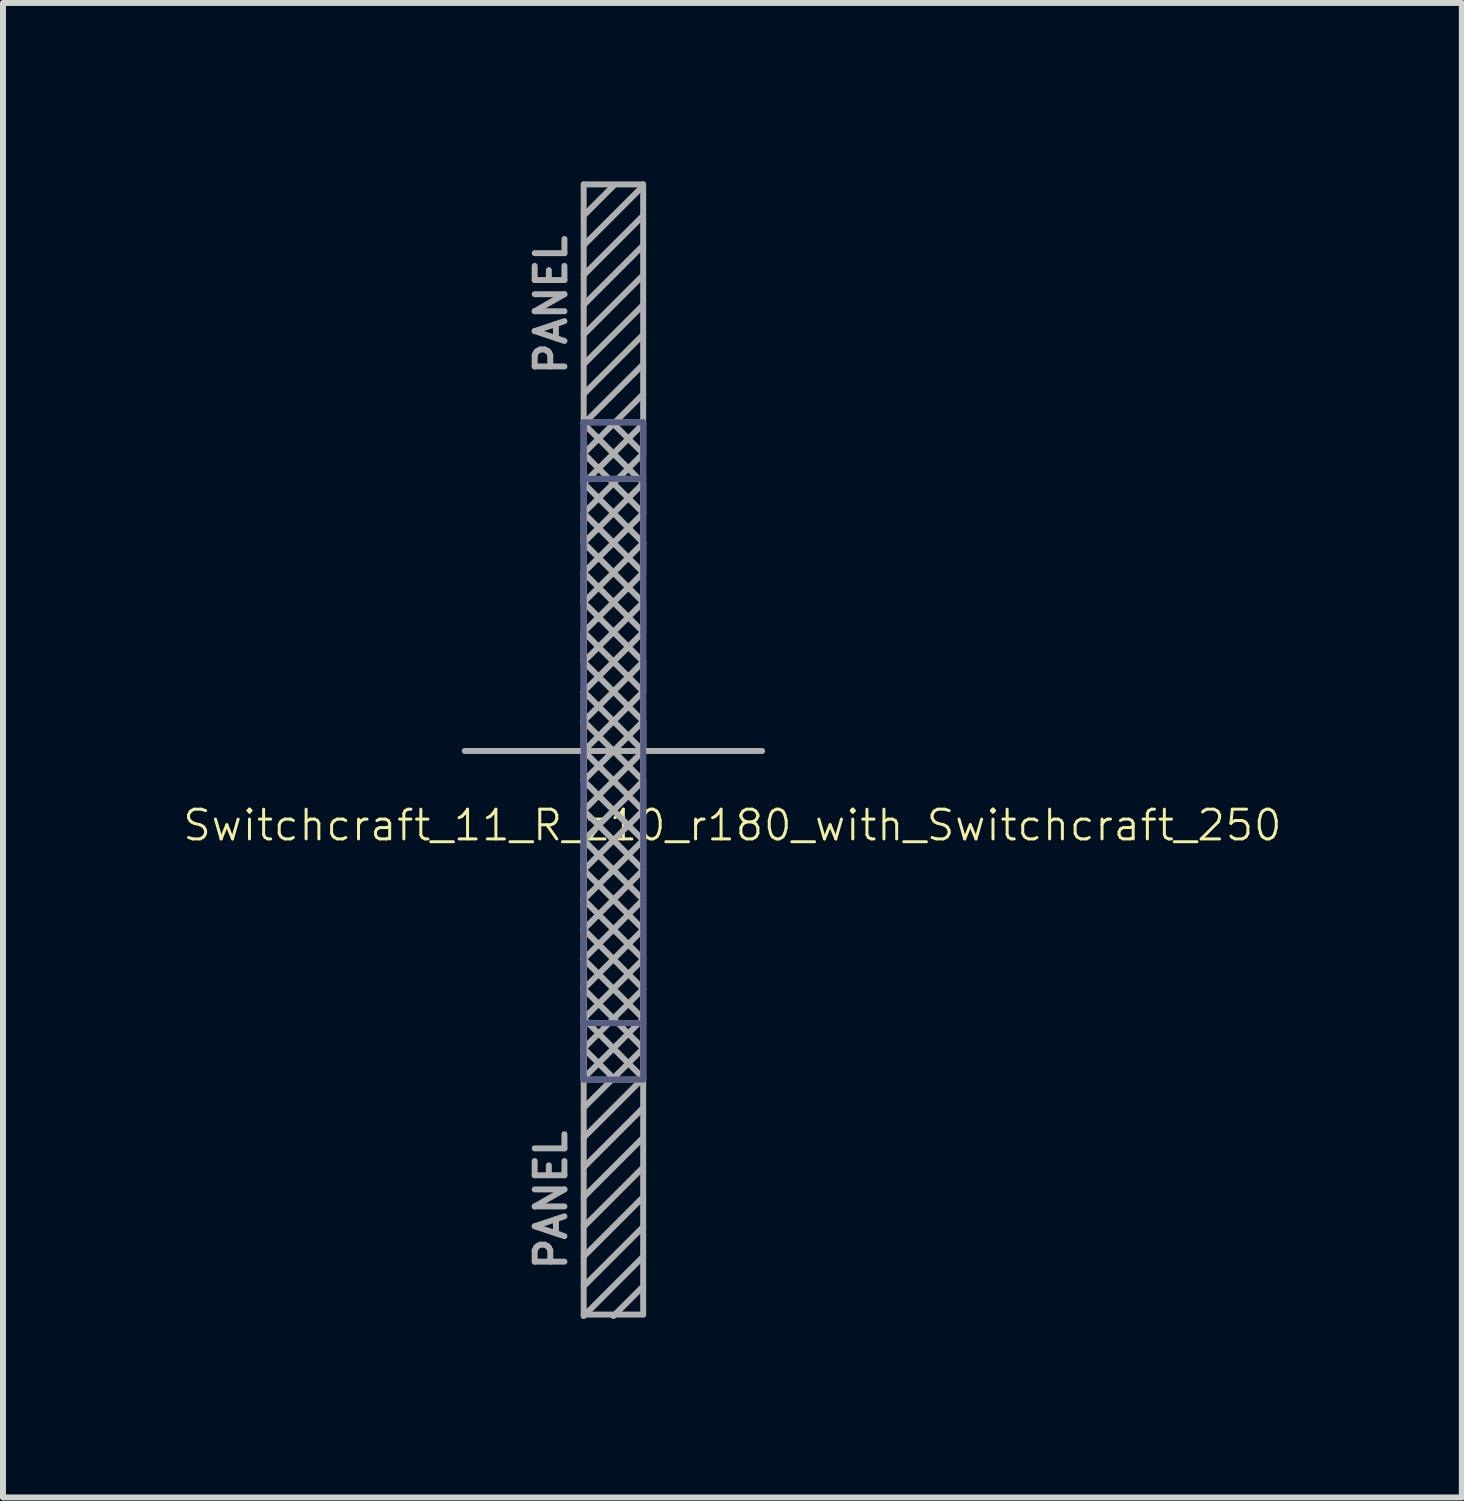
<source format=kicad_pcb>
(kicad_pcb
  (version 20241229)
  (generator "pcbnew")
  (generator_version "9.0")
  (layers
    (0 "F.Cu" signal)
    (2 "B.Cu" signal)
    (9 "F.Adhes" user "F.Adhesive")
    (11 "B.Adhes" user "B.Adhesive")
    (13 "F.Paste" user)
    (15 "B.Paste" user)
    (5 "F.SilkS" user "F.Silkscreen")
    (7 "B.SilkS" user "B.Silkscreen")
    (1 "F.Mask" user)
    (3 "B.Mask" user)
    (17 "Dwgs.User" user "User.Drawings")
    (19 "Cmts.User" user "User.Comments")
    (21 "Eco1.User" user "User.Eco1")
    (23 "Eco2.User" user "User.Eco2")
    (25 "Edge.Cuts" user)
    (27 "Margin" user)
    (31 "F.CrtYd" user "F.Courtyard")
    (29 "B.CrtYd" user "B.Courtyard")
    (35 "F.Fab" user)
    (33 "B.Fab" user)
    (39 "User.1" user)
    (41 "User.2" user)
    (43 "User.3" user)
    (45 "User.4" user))
  (footprint "Switchcraft_11_R_z10_r180_with_Switchcraft_250"
    (layer "F.Cu")
    (at 6.763 9.575)
    (property "Reference" "Switchcraft_11_R_z10_r180_with_Switchcraft_250" (at 2.5 1.25 180) (layer "F.SilkS") (effects (font (size 0.5 0.5) (thickness 0.05))))
    (attr through_hole)
    (fp_line (start 0 -5.525) (end 0 -5.5) (stroke (width 0.1) (type solid)) (layer "B.Fab"))
    (fp_line (start 0 -5.5) (end 0 -4.5) (stroke (width 0.1) (type solid)) (layer "B.Fab"))
    (fp_line (start 0 -4.575) (end 1 -4.575) (stroke (width 0.1) (type solid)) (layer "B.Fab"))
    (fp_line (start 0 4.5) (end 0 -5.5) (stroke (width 0.1) (type solid)) (layer "B.Fab"))
    (fp_line (start 0 4.575) (end 1 4.575) (stroke (width 0.1) (type solid)) (layer "B.Fab"))
    (fp_line (start 0 5.5) (end 0 4.5) (stroke (width 0.1) (type solid)) (layer "B.Fab"))
    (fp_line (start 0 5.525) (end 0 5.45) (stroke (width 0.1) (type solid)) (layer "B.Fab"))
    (fp_line (start 1 -5.525) (end 0 -5.525) (stroke (width 0.1) (type solid)) (layer "B.Fab"))
    (fp_line (start 1 -5.5) (end 1 -5.525) (stroke (width 0.1) (type solid)) (layer "B.Fab"))
    (fp_line (start 1 -5.5) (end 1 5.5) (stroke (width 0.1) (type solid)) (layer "B.Fab"))
    (fp_line (start 1 5.525) (end 0 5.525) (stroke (width 0.1) (type solid)) (layer "B.Fab"))
    (fp_line (start -2 0) (end 3 0) (stroke (width 0.1) (type solid)) (layer "F.Fab"))
    (fp_line (start 0 -9.525) (end 1 -9.525) (stroke (width 0.1) (type solid)) (layer "F.Fab"))
    (fp_line (start 0 -9) (end 0.5 -9.5) (stroke (width 0.1) (type solid)) (layer "F.Fab"))
    (fp_line (start 0 -6.5) (end 1 -7.5) (stroke (width 0.1) (type solid)) (layer "F.Fab"))
    (fp_line (start 0 -5.525) (end 1 -5.525) (stroke (width 0.1) (type solid)) (layer "F.Fab"))
    (fp_line (start 0 -5.5) (end 1 -6.5) (stroke (width 0.1) (type solid)) (layer "F.Fab"))
    (fp_line (start 0 -5.5) (end 1 -4.5) (stroke (width 0.1) (type solid)) (layer "F.Fab"))
    (fp_line (start 0 -5) (end 0.5 -5.5) (stroke (width 0.1) (type solid)) (layer "F.Fab"))
    (fp_line (start 0 -5) (end 1 -4) (stroke (width 0.1) (type solid)) (layer "F.Fab"))
    (fp_line (start 0 -4.575) (end 1 -4.575) (stroke (width 0.1) (type solid)) (layer "F.Fab"))
    (fp_line (start 0 -4.5) (end 0 -5) (stroke (width 0.1) (type solid)) (layer "F.Fab"))
    (fp_line (start 0 -4.5) (end 1 -3.5) (stroke (width 0.1) (type solid)) (layer "F.Fab"))
    (fp_line (start 0 -4) (end 1 -5) (stroke (width 0.1) (type solid)) (layer "F.Fab"))
    (fp_line (start 0 -4) (end 1 -3) (stroke (width 0.1) (type solid)) (layer "F.Fab"))
    (fp_line (start 0 -3.5) (end 0 -4) (stroke (width 0.1) (type solid)) (layer "F.Fab"))
    (fp_line (start 0 -3.5) (end 1 -2.5) (stroke (width 0.1) (type solid)) (layer "F.Fab"))
    (fp_line (start 0 -3) (end 1 -4) (stroke (width 0.1) (type solid)) (layer "F.Fab"))
    (fp_line (start 0 -3) (end 1 -2) (stroke (width 0.1) (type solid)) (layer "F.Fab"))
    (fp_line (start 0 -2.5) (end 0 -3) (stroke (width 0.1) (type solid)) (layer "F.Fab"))
    (fp_line (start 0 -2) (end 1 -3) (stroke (width 0.1) (type solid)) (layer "F.Fab"))
    (fp_line (start 0 -2) (end 1 -1) (stroke (width 0.1) (type solid)) (layer "F.Fab"))
    (fp_line (start 0 -1.5) (end 0 -2) (stroke (width 0.1) (type solid)) (layer "F.Fab"))
    (fp_line (start 0 -1.5) (end 1 -0.5) (stroke (width 0.1) (type solid)) (layer "F.Fab"))
    (fp_line (start 0 -1) (end 1 -2) (stroke (width 0.1) (type solid)) (layer "F.Fab"))
    (fp_line (start 0 -0.5) (end 0 -1) (stroke (width 0.1) (type solid)) (layer "F.Fab"))
    (fp_line (start 0 -0.5) (end 0 0) (stroke (width 0.1) (type solid)) (layer "F.Fab"))
    (fp_line (start 0 0) (end 1 -1) (stroke (width 0.1) (type solid)) (layer "F.Fab"))
    (fp_line (start 0 0) (end 1 1) (stroke (width 0.1) (type solid)) (layer "F.Fab"))
    (fp_line (start 0 0.5) (end 0 0) (stroke (width 0.1) (type solid)) (layer "F.Fab"))
    (fp_line (start 0 1) (end 1 0) (stroke (width 0.1) (type solid)) (layer "F.Fab"))
    (fp_line (start 0 1) (end 1 2) (stroke (width 0.1) (type solid)) (layer "F.Fab"))
    (fp_line (start 0 1.5) (end 0 1) (stroke (width 0.1) (type solid)) (layer "F.Fab"))
    (fp_line (start 0 1.5) (end 0 2) (stroke (width 0.1) (type solid)) (layer "F.Fab"))
    (fp_line (start 0 2) (end 1 1) (stroke (width 0.1) (type solid)) (layer "F.Fab"))
    (fp_line (start 0 2) (end 1 3) (stroke (width 0.1) (type solid)) (layer "F.Fab"))
    (fp_line (start 0 2.5) (end 0 2) (stroke (width 0.1) (type solid)) (layer "F.Fab"))
    (fp_line (start 0 2.5) (end 0 3) (stroke (width 0.1) (type solid)) (layer "F.Fab"))
    (fp_line (start 0 3) (end 1 2) (stroke (width 0.1) (type solid)) (layer "F.Fab"))
    (fp_line (start 0 3) (end 1 4) (stroke (width 0.1) (type solid)) (layer "F.Fab"))
    (fp_line (start 0 3.5) (end 0 3) (stroke (width 0.1) (type solid)) (layer "F.Fab"))
    (fp_line (start 0 3.5) (end 0 4) (stroke (width 0.1) (type solid)) (layer "F.Fab"))
    (fp_line (start 0 4) (end 1 3) (stroke (width 0.1) (type solid)) (layer "F.Fab"))
    (fp_line (start 0 4) (end 1 5) (stroke (width 0.1) (type solid)) (layer "F.Fab"))
    (fp_line (start 0 4.5) (end 0 4) (stroke (width 0.1) (type solid)) (layer "F.Fab"))
    (fp_line (start 0 4.5) (end 0 5) (stroke (width 0.1) (type solid)) (layer "F.Fab"))
    (fp_line (start 0 4.575) (end 1 4.575) (stroke (width 0.1) (type solid)) (layer "F.Fab"))
    (fp_line (start 0 5) (end 0.5 5.5) (stroke (width 0.1) (type solid)) (layer "F.Fab"))
    (fp_line (start 0 5) (end 1 4) (stroke (width 0.1) (type solid)) (layer "F.Fab"))
    (fp_line (start 0 5.5) (end 0 5) (stroke (width 0.1) (type solid)) (layer "F.Fab"))
    (fp_line (start 0 5.525) (end 1 5.525) (stroke (width 0.1) (type solid)) (layer "F.Fab"))
    (fp_line (start 0 7) (end 1 6) (stroke (width 0.1) (type solid)) (layer "F.Fab"))
    (fp_line (start 0 8) (end 1 7) (stroke (width 0.1) (type solid)) (layer "F.Fab"))
    (fp_line (start 0 9) (end 1 8) (stroke (width 0.1) (type solid)) (layer "F.Fab"))
    (fp_line (start 0 9.475) (end 0 -9.525) (stroke (width 0.1) (type solid)) (layer "F.Fab"))
    (fp_line (start 0.5 -5.5) (end 1 -5) (stroke (width 0.1) (type solid)) (layer "F.Fab"))
    (fp_line (start 0.5 5.5) (end 0 6) (stroke (width 0.1) (type solid)) (layer "F.Fab"))
    (fp_line (start 0.5 5.5) (end 1 5) (stroke (width 0.1) (type solid)) (layer "F.Fab"))
    (fp_line (start 0.5 9.5) (end 1 9) (stroke (width 0.1) (type solid)) (layer "F.Fab"))
    (fp_line (start 1 -9.525) (end 1 9.475) (stroke (width 0.1) (type solid)) (layer "F.Fab"))
    (fp_line (start 1 -9.5) (end 0 -8.5) (stroke (width 0.1) (type solid)) (layer "F.Fab"))
    (fp_line (start 1 -9) (end 0 -8) (stroke (width 0.1) (type solid)) (layer "F.Fab"))
    (fp_line (start 1 -8.5) (end 0 -7.5) (stroke (width 0.1) (type solid)) (layer "F.Fab"))
    (fp_line (start 1 -8) (end 0 -7) (stroke (width 0.1) (type solid)) (layer "F.Fab"))
    (fp_line (start 1 -7) (end 0 -6) (stroke (width 0.1) (type solid)) (layer "F.Fab"))
    (fp_line (start 1 -6) (end 0.5 -5.5) (stroke (width 0.1) (type solid)) (layer "F.Fab"))
    (fp_line (start 1 -5.5) (end 0 -4.5) (stroke (width 0.1) (type solid)) (layer "F.Fab"))
    (fp_line (start 1 -5) (end 1 -5.5) (stroke (width 0.1) (type solid)) (layer "F.Fab"))
    (fp_line (start 1 -4.5) (end 0 -3.5) (stroke (width 0.1) (type solid)) (layer "F.Fab"))
    (fp_line (start 1 -4) (end 1 -4.5) (stroke (width 0.1) (type solid)) (layer "F.Fab"))
    (fp_line (start 1 -3.5) (end 0 -2.5) (stroke (width 0.1) (type solid)) (layer "F.Fab"))
    (fp_line (start 1 -3) (end 1 -3.5) (stroke (width 0.1) (type solid)) (layer "F.Fab"))
    (fp_line (start 1 -2.5) (end 0 -1.5) (stroke (width 0.1) (type solid)) (layer "F.Fab"))
    (fp_line (start 1 -2) (end 1 -2.5) (stroke (width 0.1) (type solid)) (layer "F.Fab"))
    (fp_line (start 1 -1.5) (end 0 -2.5) (stroke (width 0.1) (type solid)) (layer "F.Fab"))
    (fp_line (start 1 -1.5) (end 0 -0.5) (stroke (width 0.1) (type solid)) (layer "F.Fab"))
    (fp_line (start 1 -1) (end 1 -1.5) (stroke (width 0.1) (type solid)) (layer "F.Fab"))
    (fp_line (start 1 -0.5) (end 0 0.5) (stroke (width 0.1) (type solid)) (layer "F.Fab"))
    (fp_line (start 1 -0.5) (end 1 0) (stroke (width 0.1) (type solid)) (layer "F.Fab"))
    (fp_line (start 1 0) (end 0 -1) (stroke (width 0.1) (type solid)) (layer "F.Fab"))
    (fp_line (start 1 0) (end 1 -0.5) (stroke (width 0.1) (type solid)) (layer "F.Fab"))
    (fp_line (start 1 0.5) (end 0 -0.5) (stroke (width 0.1) (type solid)) (layer "F.Fab"))
    (fp_line (start 1 0.5) (end 0 1.5) (stroke (width 0.1) (type solid)) (layer "F.Fab"))
    (fp_line (start 1 1) (end 1 0.5) (stroke (width 0.1) (type solid)) (layer "F.Fab"))
    (fp_line (start 1 1) (end 1 1.5) (stroke (width 0.1) (type solid)) (layer "F.Fab"))
    (fp_line (start 1 1.5) (end 0 0.5) (stroke (width 0.1) (type solid)) (layer "F.Fab"))
    (fp_line (start 1 1.5) (end 0 2.5) (stroke (width 0.1) (type solid)) (layer "F.Fab"))
    (fp_line (start 1 2) (end 1 1.5) (stroke (width 0.1) (type solid)) (layer "F.Fab"))
    (fp_line (start 1 2) (end 1 2.5) (stroke (width 0.1) (type solid)) (layer "F.Fab"))
    (fp_line (start 1 2.5) (end 0 1.5) (stroke (width 0.1) (type solid)) (layer "F.Fab"))
    (fp_line (start 1 2.5) (end 0 3.5) (stroke (width 0.1) (type solid)) (layer "F.Fab"))
    (fp_line (start 1 3) (end 1 2.5) (stroke (width 0.1) (type solid)) (layer "F.Fab"))
    (fp_line (start 1 3) (end 1 3.5) (stroke (width 0.1) (type solid)) (layer "F.Fab"))
    (fp_line (start 1 3.5) (end 0 2.5) (stroke (width 0.1) (type solid)) (layer "F.Fab"))
    (fp_line (start 1 3.5) (end 0 4.5) (stroke (width 0.1) (type solid)) (layer "F.Fab"))
    (fp_line (start 1 4) (end 1 3.5) (stroke (width 0.1) (type solid)) (layer "F.Fab"))
    (fp_line (start 1 4) (end 1 4.5) (stroke (width 0.1) (type solid)) (layer "F.Fab"))
    (fp_line (start 1 4.5) (end 0 3.5) (stroke (width 0.1) (type solid)) (layer "F.Fab"))
    (fp_line (start 1 4.5) (end 0 5.5) (stroke (width 0.1) (type solid)) (layer "F.Fab"))
    (fp_line (start 1 5) (end 1 4.5) (stroke (width 0.1) (type solid)) (layer "F.Fab"))
    (fp_line (start 1 5) (end 1 5.5) (stroke (width 0.1) (type solid)) (layer "F.Fab"))
    (fp_line (start 1 5.5) (end 0 4.5) (stroke (width 0.1) (type solid)) (layer "F.Fab"))
    (fp_line (start 1 5.5) (end 0 6.5) (stroke (width 0.1) (type solid)) (layer "F.Fab"))
    (fp_line (start 1 6.5) (end 0 7.5) (stroke (width 0.1) (type solid)) (layer "F.Fab"))
    (fp_line (start 1 7.5) (end 0 8.5) (stroke (width 0.1) (type solid)) (layer "F.Fab"))
    (fp_line (start 1 8.5) (end 0 9.5) (stroke (width 0.1) (type solid)) (layer "F.Fab"))
    (fp_line (start 1 9.475) (end 0 9.475) (stroke (width 0.1) (type solid)) (layer "F.Fab"))
    (fp_text user "PANEL" (at -0.55 7.55 90) (layer "F.Fab") (effects (font (size 0.5 0.5) (thickness 0.1))))
    (fp_text user "PANEL" (at -0.55 -7.5 90) (layer "F.Fab") (effects (font (size 0.5 0.5) (thickness 0.1)))))
  (gr_rect
    (start -3 -3)
    (end 21.526 22.125)
    (stroke (width 0.1) (type default))
    (fill no)
    (layer "Edge.Cuts")))
</source>
